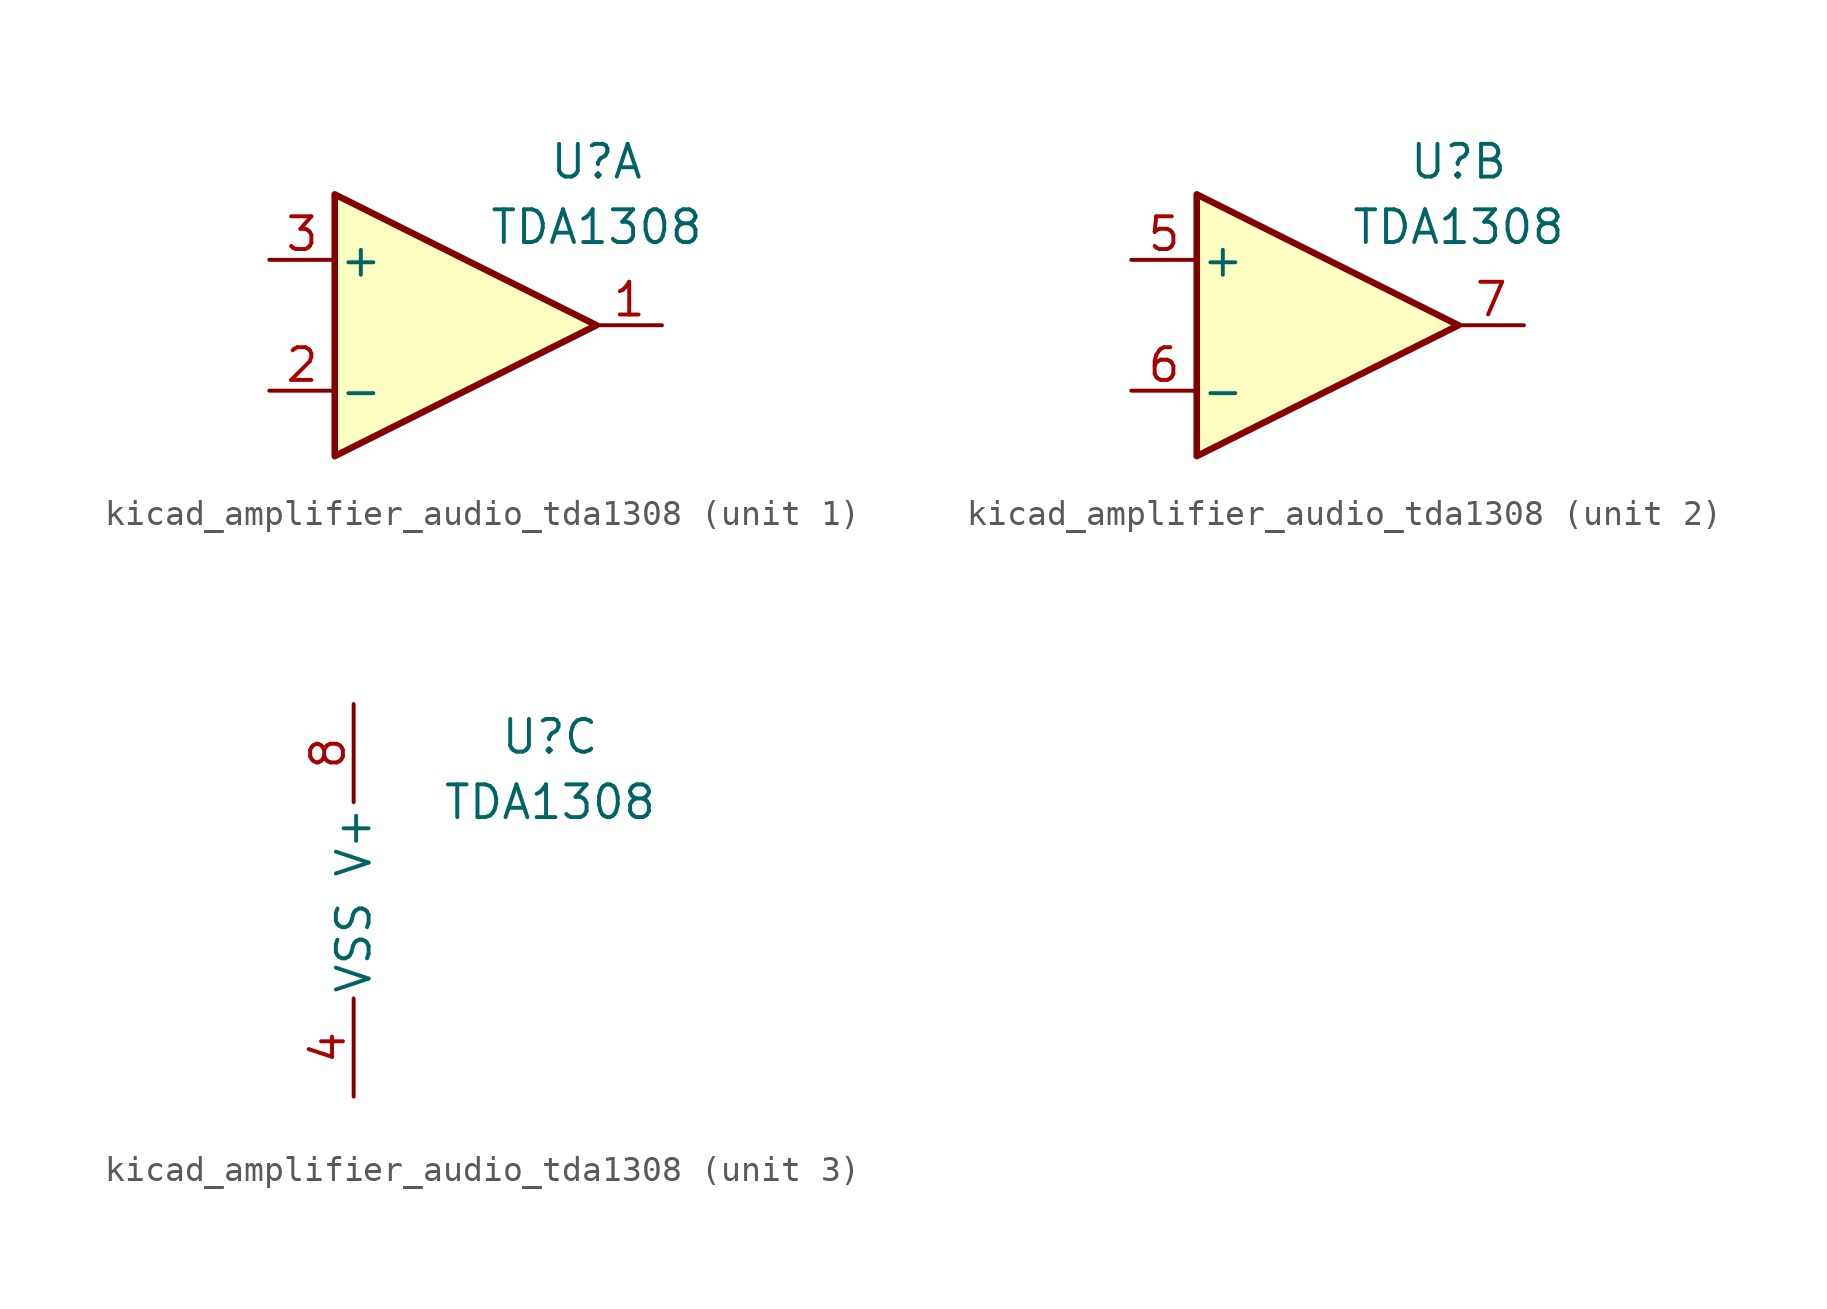
<source format=kicad_sym>
(kicad_symbol_lib
  (version 20220914)
  (generator kicad_symbol_editor)
  (symbol "kicad_amplifier_audio_tda1308"
    (pin_names
      (offset 0.127))
    (property "Reference" "U"
      (at 5.08 6.35 0)
      (effects (font (size 1.27 1.27))))
    (property "Value" "TDA1308"
      (at 5.08 3.81 0)
      (effects (font (size 1.27 1.27))))
    (property "ki_locked" ""
      (at 0 0 0)
      (effects (font (size 1.27 1.27))))
    (symbol "kicad_amplifier_audio_tda1308_1_1"
      (polyline (pts (xy -5.08 5.08) (xy 5.08 0) (xy -5.08 -5.08) (xy -5.08 5.08)) (stroke (width 0.254) (type default)) (fill (type background)))
      (pin output line (at 7.62 0 180) (length 2.54) (name "~" (effects (font (size 1.27 1.27)))) (number "1" (effects (font (size 1.27 1.27)))))
      (pin input line (at -7.62 -2.54 0) (length 2.54) (name "-" (effects (font (size 1.27 1.27)))) (number "2" (effects (font (size 1.27 1.27)))))
      (pin input line (at -7.62 2.54 0) (length 2.54) (name "+" (effects (font (size 1.27 1.27)))) (number "3" (effects (font (size 1.27 1.27))))))
    (symbol "kicad_amplifier_audio_tda1308_2_1"
      (polyline (pts (xy -5.08 5.08) (xy 5.08 0) (xy -5.08 -5.08) (xy -5.08 5.08)) (stroke (width 0.254) (type default)) (fill (type background)))
      (pin input line (at -7.62 2.54 0) (length 2.54) (name "+" (effects (font (size 1.27 1.27)))) (number "5" (effects (font (size 1.27 1.27)))))
      (pin input line (at -7.62 -2.54 0) (length 2.54) (name "-" (effects (font (size 1.27 1.27)))) (number "6" (effects (font (size 1.27 1.27)))))
      (pin output line (at 7.62 0 180) (length 2.54) (name "~" (effects (font (size 1.27 1.27)))) (number "7" (effects (font (size 1.27 1.27))))))
    (symbol "kicad_amplifier_audio_tda1308_3_1"
      (pin power_in line (at -2.54 -7.62 90) (length 3.81) (name "VSS" (effects (font (size 1.27 1.27)))) (number "4" (effects (font (size 1.27 1.27)))))
      (pin power_in line (at -2.54 7.62 270) (length 3.81) (name "V+" (effects (font (size 1.27 1.27)))) (number "8" (effects (font (size 1.27 1.27))))))))
</source>
